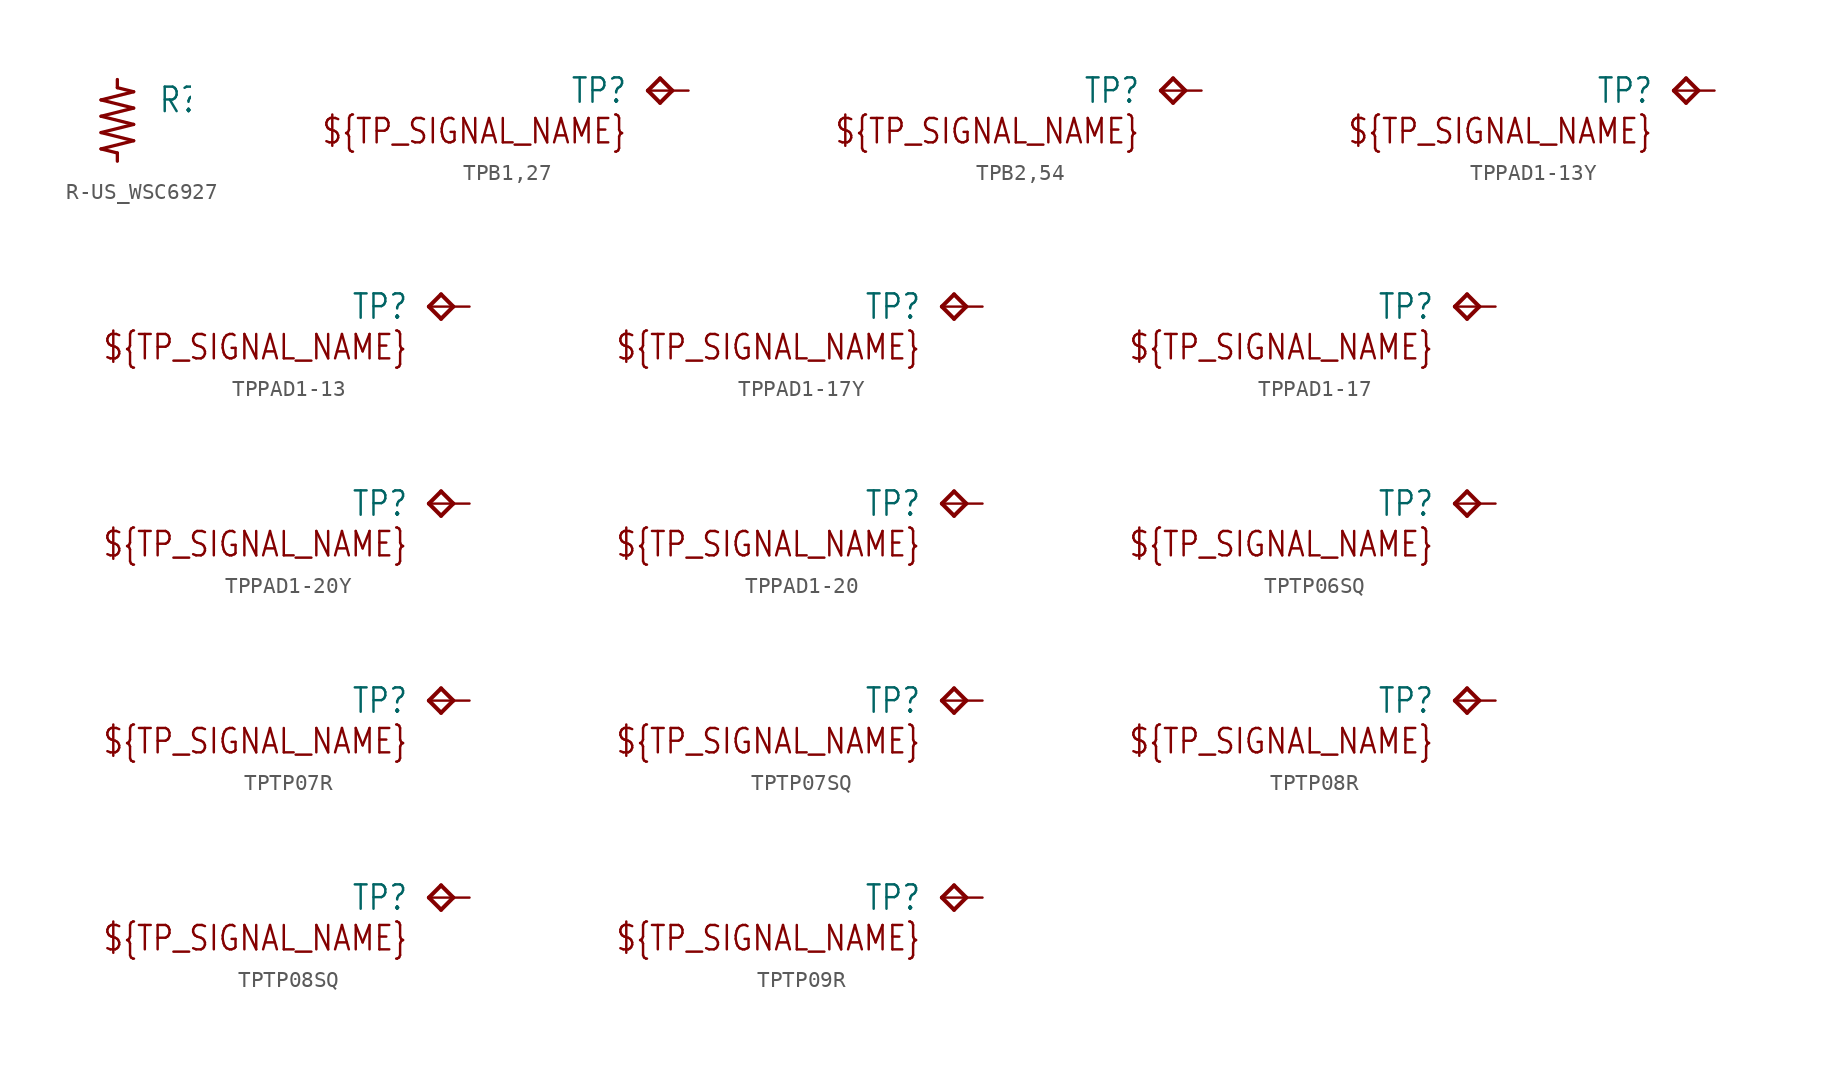
<source format=kicad_sym>
(kicad_symbol_lib
  (version 20220914)
  (generator kicad_symbol_editor)
  (symbol "R-US_WSC6927"
    (property "Reference" "R"
      (at 2.54 1.27 0)
      (effects (font (size 1.524 1.295)) (justify left)))
    (property "Value" ""
      (at 2.54 -1.27 0)
      (effects (font (size 1.524 1.295)) (justify left)))
    (property "ki_locked" ""
      (at 0 0 0)
      (effects (font (size 1.27 1.27))))
    (symbol "R-US_WSC6927_1_0"
      (polyline (pts (xy -1.016 -1.778) (xy 0 -2.032)) (stroke (width 0.203) (type solid)) (fill (type none)))
      (polyline (pts (xy -1.016 -0.762) (xy 1.016 -0.254)) (stroke (width 0.203) (type solid)) (fill (type none)))
      (polyline (pts (xy -1.016 0.254) (xy 1.016 0.762)) (stroke (width 0.203) (type solid)) (fill (type none)))
      (polyline (pts (xy -1.016 1.27) (xy 1.016 1.778)) (stroke (width 0.203) (type solid)) (fill (type none)))
      (polyline (pts (xy 0 -2.032) (xy 0 -2.54)) (stroke (width 0.203) (type solid)) (fill (type none)))
      (polyline (pts (xy 0 2.032) (xy 0 2.54)) (stroke (width 0.203) (type solid)) (fill (type none)))
      (polyline (pts (xy 1.016 -1.27) (xy -1.016 -1.778)) (stroke (width 0.203) (type solid)) (fill (type none)))
      (polyline (pts (xy 1.016 -1.27) (xy -1.016 -0.762)) (stroke (width 0.203) (type solid)) (fill (type none)))
      (polyline (pts (xy 1.016 -0.254) (xy -1.016 0.254)) (stroke (width 0.203) (type solid)) (fill (type none)))
      (polyline (pts (xy 1.016 0.762) (xy -1.016 1.27)) (stroke (width 0.203) (type solid)) (fill (type none)))
      (polyline (pts (xy 1.016 1.778) (xy 0 2.032)) (stroke (width 0.203) (type solid)) (fill (type none)))
      (pin passive line (at 0 -2.54 90) (length 0) (name "1" (effects (font (size 0 0)))) (number "1" (effects (font (size 0 0)))))
      (pin passive line (at 0 2.54 270) (length 0) (name "2" (effects (font (size 0 0)))) (number "2" (effects (font (size 0 0)))))))
  (symbol "TPB1,27"
    (property "Reference" "TP"
      (at -3.81 0 0)
      (effects (font (size 1.524 1.295)) (justify right)))
    (property "ki_locked" ""
      (at 0 0 0)
      (effects (font (size 1.27 1.27))))
    (symbol "TPB1,27_1_0"
      (polyline (pts (xy -2.54 0) (xy -1.778 0.762)) (stroke (width 0.254) (type solid)) (fill (type none)))
      (polyline (pts (xy -1.778 -0.762) (xy -2.54 0)) (stroke (width 0.254) (type solid)) (fill (type none)))
      (polyline (pts (xy -1.778 0.762) (xy -1.016 0)) (stroke (width 0.254) (type solid)) (fill (type none)))
      (polyline (pts (xy -1.016 0) (xy -1.778 -0.762)) (stroke (width 0.254) (type solid)) (fill (type none)))
      (text "${TP_SIGNAL_NAME}" (at -3.81 -2.54 0) (effects (font (size 1.524 1.295)) (justify right)))
      (pin bidirectional line (at 0 0 180) (length 2.54) (name "TP" (effects (font (size 0 0)))) (number "TP" (effects (font (size 0 0)))))))
  (symbol "TPB2,54"
    (property "Reference" "TP"
      (at -3.81 0 0)
      (effects (font (size 1.524 1.295)) (justify right)))
    (property "ki_locked" ""
      (at 0 0 0)
      (effects (font (size 1.27 1.27))))
    (symbol "TPB2,54_1_0"
      (polyline (pts (xy -2.54 0) (xy -1.778 0.762)) (stroke (width 0.254) (type solid)) (fill (type none)))
      (polyline (pts (xy -1.778 -0.762) (xy -2.54 0)) (stroke (width 0.254) (type solid)) (fill (type none)))
      (polyline (pts (xy -1.778 0.762) (xy -1.016 0)) (stroke (width 0.254) (type solid)) (fill (type none)))
      (polyline (pts (xy -1.016 0) (xy -1.778 -0.762)) (stroke (width 0.254) (type solid)) (fill (type none)))
      (text "${TP_SIGNAL_NAME}" (at -3.81 -2.54 0) (effects (font (size 1.524 1.295)) (justify right)))
      (pin bidirectional line (at 0 0 180) (length 2.54) (name "TP" (effects (font (size 0 0)))) (number "TP" (effects (font (size 0 0)))))))
  (symbol "TPPAD1-13Y"
    (property "Reference" "TP"
      (at -3.81 0 0)
      (effects (font (size 1.524 1.295)) (justify right)))
    (property "ki_locked" ""
      (at 0 0 0)
      (effects (font (size 1.27 1.27))))
    (symbol "TPPAD1-13Y_1_0"
      (polyline (pts (xy -2.54 0) (xy -1.778 0.762)) (stroke (width 0.254) (type solid)) (fill (type none)))
      (polyline (pts (xy -1.778 -0.762) (xy -2.54 0)) (stroke (width 0.254) (type solid)) (fill (type none)))
      (polyline (pts (xy -1.778 0.762) (xy -1.016 0)) (stroke (width 0.254) (type solid)) (fill (type none)))
      (polyline (pts (xy -1.016 0) (xy -1.778 -0.762)) (stroke (width 0.254) (type solid)) (fill (type none)))
      (text "${TP_SIGNAL_NAME}" (at -3.81 -2.54 0) (effects (font (size 1.524 1.295)) (justify right)))
      (pin bidirectional line (at 0 0 180) (length 2.54) (name "TP" (effects (font (size 0 0)))) (number "TP" (effects (font (size 0 0)))))))
  (symbol "TPPAD1-13"
    (property "Reference" "TP"
      (at -3.81 0 0)
      (effects (font (size 1.524 1.295)) (justify right)))
    (property "ki_locked" ""
      (at 0 0 0)
      (effects (font (size 1.27 1.27))))
    (symbol "TPPAD1-13_1_0"
      (polyline (pts (xy -2.54 0) (xy -1.778 0.762)) (stroke (width 0.254) (type solid)) (fill (type none)))
      (polyline (pts (xy -1.778 -0.762) (xy -2.54 0)) (stroke (width 0.254) (type solid)) (fill (type none)))
      (polyline (pts (xy -1.778 0.762) (xy -1.016 0)) (stroke (width 0.254) (type solid)) (fill (type none)))
      (polyline (pts (xy -1.016 0) (xy -1.778 -0.762)) (stroke (width 0.254) (type solid)) (fill (type none)))
      (text "${TP_SIGNAL_NAME}" (at -3.81 -2.54 0) (effects (font (size 1.524 1.295)) (justify right)))
      (pin bidirectional line (at 0 0 180) (length 2.54) (name "TP" (effects (font (size 0 0)))) (number "TP" (effects (font (size 0 0)))))))
  (symbol "TPPAD1-17Y"
    (property "Reference" "TP"
      (at -3.81 0 0)
      (effects (font (size 1.524 1.295)) (justify right)))
    (property "ki_locked" ""
      (at 0 0 0)
      (effects (font (size 1.27 1.27))))
    (symbol "TPPAD1-17Y_1_0"
      (polyline (pts (xy -2.54 0) (xy -1.778 0.762)) (stroke (width 0.254) (type solid)) (fill (type none)))
      (polyline (pts (xy -1.778 -0.762) (xy -2.54 0)) (stroke (width 0.254) (type solid)) (fill (type none)))
      (polyline (pts (xy -1.778 0.762) (xy -1.016 0)) (stroke (width 0.254) (type solid)) (fill (type none)))
      (polyline (pts (xy -1.016 0) (xy -1.778 -0.762)) (stroke (width 0.254) (type solid)) (fill (type none)))
      (text "${TP_SIGNAL_NAME}" (at -3.81 -2.54 0) (effects (font (size 1.524 1.295)) (justify right)))
      (pin bidirectional line (at 0 0 180) (length 2.54) (name "TP" (effects (font (size 0 0)))) (number "TP" (effects (font (size 0 0)))))))
  (symbol "TPPAD1-17"
    (property "Reference" "TP"
      (at -3.81 0 0)
      (effects (font (size 1.524 1.295)) (justify right)))
    (property "ki_locked" ""
      (at 0 0 0)
      (effects (font (size 1.27 1.27))))
    (symbol "TPPAD1-17_1_0"
      (polyline (pts (xy -2.54 0) (xy -1.778 0.762)) (stroke (width 0.254) (type solid)) (fill (type none)))
      (polyline (pts (xy -1.778 -0.762) (xy -2.54 0)) (stroke (width 0.254) (type solid)) (fill (type none)))
      (polyline (pts (xy -1.778 0.762) (xy -1.016 0)) (stroke (width 0.254) (type solid)) (fill (type none)))
      (polyline (pts (xy -1.016 0) (xy -1.778 -0.762)) (stroke (width 0.254) (type solid)) (fill (type none)))
      (text "${TP_SIGNAL_NAME}" (at -3.81 -2.54 0) (effects (font (size 1.524 1.295)) (justify right)))
      (pin bidirectional line (at 0 0 180) (length 2.54) (name "TP" (effects (font (size 0 0)))) (number "TP" (effects (font (size 0 0)))))))
  (symbol "TPPAD1-20Y"
    (property "Reference" "TP"
      (at -3.81 0 0)
      (effects (font (size 1.524 1.295)) (justify right)))
    (property "ki_locked" ""
      (at 0 0 0)
      (effects (font (size 1.27 1.27))))
    (symbol "TPPAD1-20Y_1_0"
      (polyline (pts (xy -2.54 0) (xy -1.778 0.762)) (stroke (width 0.254) (type solid)) (fill (type none)))
      (polyline (pts (xy -1.778 -0.762) (xy -2.54 0)) (stroke (width 0.254) (type solid)) (fill (type none)))
      (polyline (pts (xy -1.778 0.762) (xy -1.016 0)) (stroke (width 0.254) (type solid)) (fill (type none)))
      (polyline (pts (xy -1.016 0) (xy -1.778 -0.762)) (stroke (width 0.254) (type solid)) (fill (type none)))
      (text "${TP_SIGNAL_NAME}" (at -3.81 -2.54 0) (effects (font (size 1.524 1.295)) (justify right)))
      (pin bidirectional line (at 0 0 180) (length 2.54) (name "TP" (effects (font (size 0 0)))) (number "TP" (effects (font (size 0 0)))))))
  (symbol "TPPAD1-20"
    (property "Reference" "TP"
      (at -3.81 0 0)
      (effects (font (size 1.524 1.295)) (justify right)))
    (property "ki_locked" ""
      (at 0 0 0)
      (effects (font (size 1.27 1.27))))
    (symbol "TPPAD1-20_1_0"
      (polyline (pts (xy -2.54 0) (xy -1.778 0.762)) (stroke (width 0.254) (type solid)) (fill (type none)))
      (polyline (pts (xy -1.778 -0.762) (xy -2.54 0)) (stroke (width 0.254) (type solid)) (fill (type none)))
      (polyline (pts (xy -1.778 0.762) (xy -1.016 0)) (stroke (width 0.254) (type solid)) (fill (type none)))
      (polyline (pts (xy -1.016 0) (xy -1.778 -0.762)) (stroke (width 0.254) (type solid)) (fill (type none)))
      (text "${TP_SIGNAL_NAME}" (at -3.81 -2.54 0) (effects (font (size 1.524 1.295)) (justify right)))
      (pin bidirectional line (at 0 0 180) (length 2.54) (name "TP" (effects (font (size 0 0)))) (number "TP" (effects (font (size 0 0)))))))
  (symbol "TPTP06SQ"
    (property "Reference" "TP"
      (at -3.81 0 0)
      (effects (font (size 1.524 1.295)) (justify right)))
    (property "ki_locked" ""
      (at 0 0 0)
      (effects (font (size 1.27 1.27))))
    (symbol "TPTP06SQ_1_0"
      (polyline (pts (xy -2.54 0) (xy -1.778 0.762)) (stroke (width 0.254) (type solid)) (fill (type none)))
      (polyline (pts (xy -1.778 -0.762) (xy -2.54 0)) (stroke (width 0.254) (type solid)) (fill (type none)))
      (polyline (pts (xy -1.778 0.762) (xy -1.016 0)) (stroke (width 0.254) (type solid)) (fill (type none)))
      (polyline (pts (xy -1.016 0) (xy -1.778 -0.762)) (stroke (width 0.254) (type solid)) (fill (type none)))
      (text "${TP_SIGNAL_NAME}" (at -3.81 -2.54 0) (effects (font (size 1.524 1.295)) (justify right)))
      (pin bidirectional line (at 0 0 180) (length 2.54) (name "TP" (effects (font (size 0 0)))) (number "TP" (effects (font (size 0 0)))))))
  (symbol "TPTP07R"
    (property "Reference" "TP"
      (at -3.81 0 0)
      (effects (font (size 1.524 1.295)) (justify right)))
    (property "ki_locked" ""
      (at 0 0 0)
      (effects (font (size 1.27 1.27))))
    (symbol "TPTP07R_1_0"
      (polyline (pts (xy -2.54 0) (xy -1.778 0.762)) (stroke (width 0.254) (type solid)) (fill (type none)))
      (polyline (pts (xy -1.778 -0.762) (xy -2.54 0)) (stroke (width 0.254) (type solid)) (fill (type none)))
      (polyline (pts (xy -1.778 0.762) (xy -1.016 0)) (stroke (width 0.254) (type solid)) (fill (type none)))
      (polyline (pts (xy -1.016 0) (xy -1.778 -0.762)) (stroke (width 0.254) (type solid)) (fill (type none)))
      (text "${TP_SIGNAL_NAME}" (at -3.81 -2.54 0) (effects (font (size 1.524 1.295)) (justify right)))
      (pin bidirectional line (at 0 0 180) (length 2.54) (name "TP" (effects (font (size 0 0)))) (number "TP" (effects (font (size 0 0)))))))
  (symbol "TPTP07SQ"
    (property "Reference" "TP"
      (at -3.81 0 0)
      (effects (font (size 1.524 1.295)) (justify right)))
    (property "ki_locked" ""
      (at 0 0 0)
      (effects (font (size 1.27 1.27))))
    (symbol "TPTP07SQ_1_0"
      (polyline (pts (xy -2.54 0) (xy -1.778 0.762)) (stroke (width 0.254) (type solid)) (fill (type none)))
      (polyline (pts (xy -1.778 -0.762) (xy -2.54 0)) (stroke (width 0.254) (type solid)) (fill (type none)))
      (polyline (pts (xy -1.778 0.762) (xy -1.016 0)) (stroke (width 0.254) (type solid)) (fill (type none)))
      (polyline (pts (xy -1.016 0) (xy -1.778 -0.762)) (stroke (width 0.254) (type solid)) (fill (type none)))
      (text "${TP_SIGNAL_NAME}" (at -3.81 -2.54 0) (effects (font (size 1.524 1.295)) (justify right)))
      (pin bidirectional line (at 0 0 180) (length 2.54) (name "TP" (effects (font (size 0 0)))) (number "TP" (effects (font (size 0 0)))))))
  (symbol "TPTP08R"
    (property "Reference" "TP"
      (at -3.81 0 0)
      (effects (font (size 1.524 1.295)) (justify right)))
    (property "ki_locked" ""
      (at 0 0 0)
      (effects (font (size 1.27 1.27))))
    (symbol "TPTP08R_1_0"
      (polyline (pts (xy -2.54 0) (xy -1.778 0.762)) (stroke (width 0.254) (type solid)) (fill (type none)))
      (polyline (pts (xy -1.778 -0.762) (xy -2.54 0)) (stroke (width 0.254) (type solid)) (fill (type none)))
      (polyline (pts (xy -1.778 0.762) (xy -1.016 0)) (stroke (width 0.254) (type solid)) (fill (type none)))
      (polyline (pts (xy -1.016 0) (xy -1.778 -0.762)) (stroke (width 0.254) (type solid)) (fill (type none)))
      (text "${TP_SIGNAL_NAME}" (at -3.81 -2.54 0) (effects (font (size 1.524 1.295)) (justify right)))
      (pin bidirectional line (at 0 0 180) (length 2.54) (name "TP" (effects (font (size 0 0)))) (number "TP" (effects (font (size 0 0)))))))
  (symbol "TPTP08SQ"
    (property "Reference" "TP"
      (at -3.81 0 0)
      (effects (font (size 1.524 1.295)) (justify right)))
    (property "ki_locked" ""
      (at 0 0 0)
      (effects (font (size 1.27 1.27))))
    (symbol "TPTP08SQ_1_0"
      (polyline (pts (xy -2.54 0) (xy -1.778 0.762)) (stroke (width 0.254) (type solid)) (fill (type none)))
      (polyline (pts (xy -1.778 -0.762) (xy -2.54 0)) (stroke (width 0.254) (type solid)) (fill (type none)))
      (polyline (pts (xy -1.778 0.762) (xy -1.016 0)) (stroke (width 0.254) (type solid)) (fill (type none)))
      (polyline (pts (xy -1.016 0) (xy -1.778 -0.762)) (stroke (width 0.254) (type solid)) (fill (type none)))
      (text "${TP_SIGNAL_NAME}" (at -3.81 -2.54 0) (effects (font (size 1.524 1.295)) (justify right)))
      (pin bidirectional line (at 0 0 180) (length 2.54) (name "TP" (effects (font (size 0 0)))) (number "TP" (effects (font (size 0 0)))))))
  (symbol "TPTP09R"
    (property "Reference" "TP"
      (at -3.81 0 0)
      (effects (font (size 1.524 1.295)) (justify right)))
    (property "ki_locked" ""
      (at 0 0 0)
      (effects (font (size 1.27 1.27))))
    (symbol "TPTP09R_1_0"
      (polyline (pts (xy -2.54 0) (xy -1.778 0.762)) (stroke (width 0.254) (type solid)) (fill (type none)))
      (polyline (pts (xy -1.778 -0.762) (xy -2.54 0)) (stroke (width 0.254) (type solid)) (fill (type none)))
      (polyline (pts (xy -1.778 0.762) (xy -1.016 0)) (stroke (width 0.254) (type solid)) (fill (type none)))
      (polyline (pts (xy -1.016 0) (xy -1.778 -0.762)) (stroke (width 0.254) (type solid)) (fill (type none)))
      (text "${TP_SIGNAL_NAME}" (at -3.81 -2.54 0) (effects (font (size 1.524 1.295)) (justify right)))
      (pin bidirectional line (at 0 0 180) (length 2.54) (name "TP" (effects (font (size 0 0)))) (number "TP" (effects (font (size 0 0))))))))
</source>
